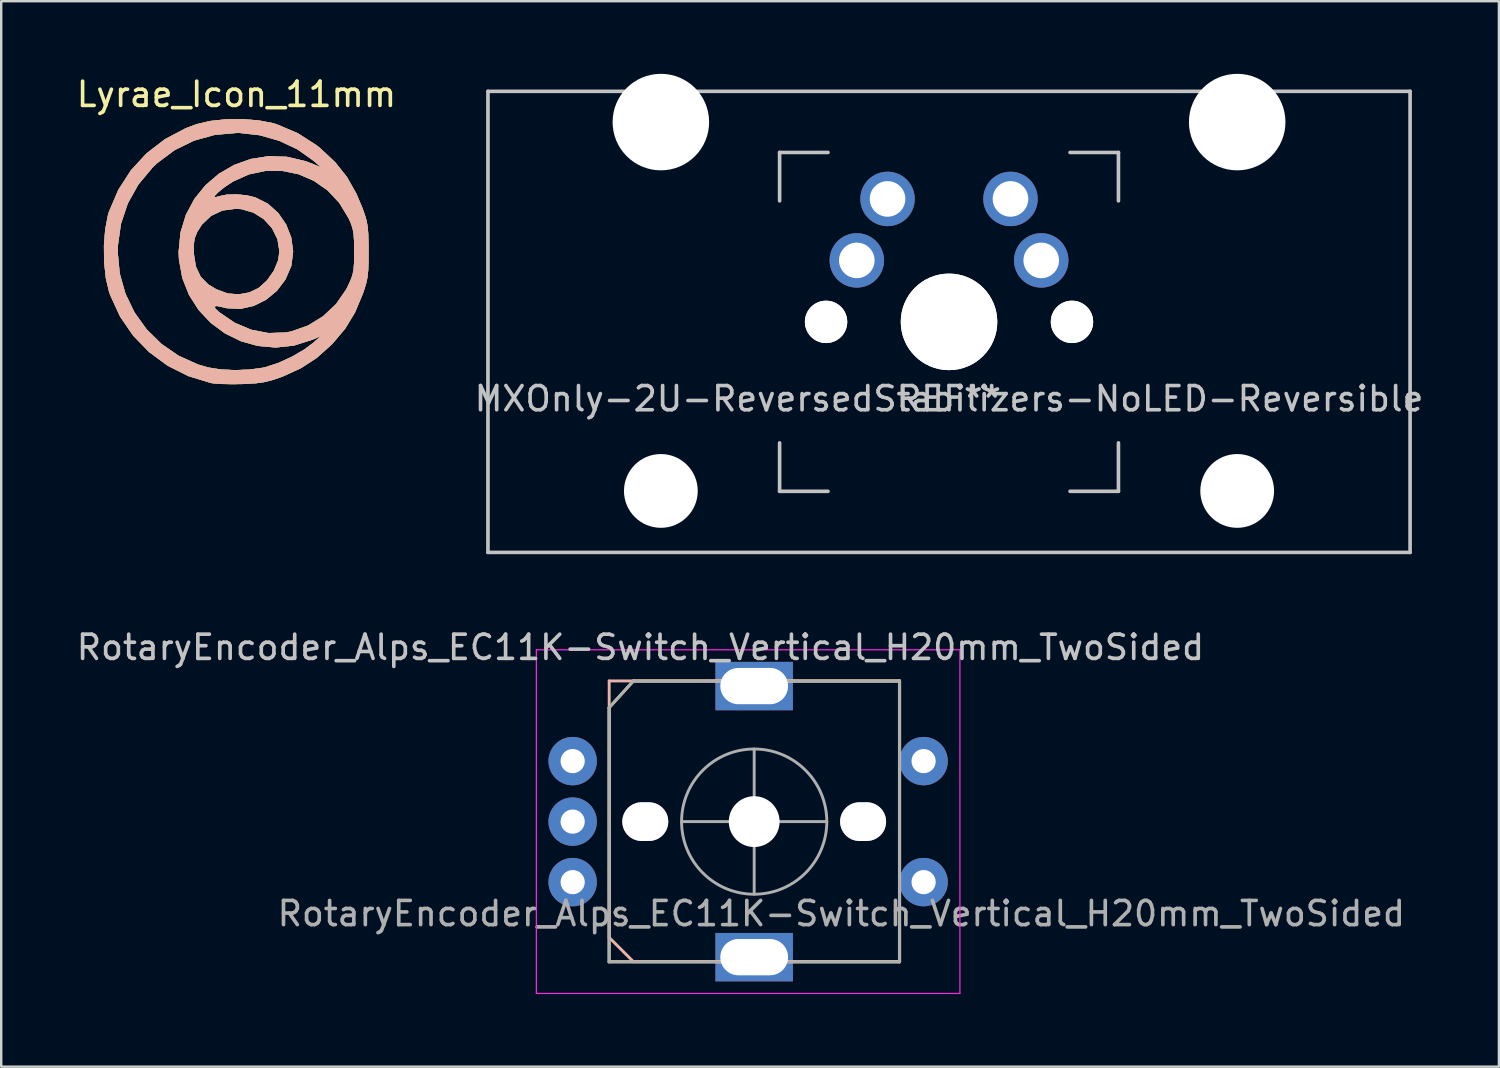
<source format=kicad_pcb>
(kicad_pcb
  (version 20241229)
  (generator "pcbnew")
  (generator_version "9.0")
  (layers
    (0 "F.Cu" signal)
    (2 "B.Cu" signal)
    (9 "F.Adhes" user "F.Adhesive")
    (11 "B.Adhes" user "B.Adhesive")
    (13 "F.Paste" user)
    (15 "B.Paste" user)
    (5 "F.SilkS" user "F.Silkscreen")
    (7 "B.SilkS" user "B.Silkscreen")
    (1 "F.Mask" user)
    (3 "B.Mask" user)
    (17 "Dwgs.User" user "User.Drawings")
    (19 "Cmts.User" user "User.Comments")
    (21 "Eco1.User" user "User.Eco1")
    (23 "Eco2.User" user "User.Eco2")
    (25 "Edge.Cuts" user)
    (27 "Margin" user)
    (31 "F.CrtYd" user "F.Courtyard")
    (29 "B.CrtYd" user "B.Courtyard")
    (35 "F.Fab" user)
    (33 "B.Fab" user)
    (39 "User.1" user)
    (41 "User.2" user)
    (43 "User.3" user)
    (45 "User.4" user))
  (footprint "Lyrae_Icon_11mm"
    (layer "F.Cu")
    (at 6.72 7.348)
    (property "Reference" "Lyrae_Icon_11mm" (at 0 -6.5 0) (layer "F.SilkS") (effects (font (size 1 1) (thickness 0.15))))
    (attr through_hole)
    (fp_poly (pts (xy 0.916 -5.421) (xy 1.504 -5.308) (xy 1.651 -5.263) (xy 2.531 -4.891) (xy 3.308 -4.392) (xy 3.475 -4.258) (xy 4.082 -3.687) (xy 4.563 -3.081) (xy 4.953 -2.392) (xy 5.193 -1.823) (xy 5.301 -1.525) (xy 5.374 -1.274) (xy 5.419 -1.024) (xy 5.443 -0.726) (xy 5.453 -0.333) (xy 5.455 -0.042) (xy 5.453 0.433) (xy 5.439 0.788) (xy 5.408 1.07) (xy 5.352 1.326) (xy 5.265 1.606) (xy 5.221 1.735) (xy 4.895 2.511) (xy 4.491 3.177) (xy 3.976 3.789) (xy 3.922 3.844) (xy 3.312 4.389) (xy 2.66 4.813) (xy 1.909 5.155) (xy 1.829 5.185) (xy 1.467 5.308) (xy 1.143 5.388) (xy 0.794 5.436) (xy 0.357 5.462) (xy 0.212 5.467) (xy -0.208 5.472) (xy -0.601 5.464) (xy -0.915 5.443) (xy -1.058 5.423) (xy -1.99 5.137) (xy -2.845 4.707) (xy -3.609 4.145) (xy -4.268 3.464) (xy -4.808 2.676) (xy -5.214 1.793) (xy -5.263 1.651) (xy -5.394 1.097) (xy -5.464 0.446) (xy -5.47 0.025) (xy -4.909 0.025) (xy -4.826 0.903) (xy -4.59 1.739) (xy -4.215 2.514) (xy -3.715 3.212) (xy -3.103 3.814) (xy -2.393 4.303) (xy -1.599 4.661) (xy -1.167 4.788) (xy -0.654 4.869) (xy -0.055 4.898) (xy 0.555 4.873) (xy 1.103 4.797) (xy 1.177 4.78) (xy 1.718 4.606) (xy 2.29 4.345) (xy 2.823 4.033) (xy 3.175 3.767) (xy 3.514 3.473) (xy 3.129 3.638) (xy 2.375 3.876) (xy 1.62 3.957) (xy 0.882 3.892) (xy 0.177 3.693) (xy -0.476 3.372) (xy -1.062 2.939) (xy -1.561 2.407) (xy -1.654 2.262) (xy -0.913 2.262) (xy -0.87 2.358) (xy -0.716 2.503) (xy -0.076 2.94) (xy 0.61 3.23) (xy 1.319 3.366) (xy 2.031 3.344) (xy 2.268 3.299) (xy 2.956 3.056) (xy 3.582 2.671) (xy 4.117 2.167) (xy 4.533 1.568) (xy 4.592 1.452) (xy 4.717 1.184) (xy 4.797 0.962) (xy 4.842 0.733) (xy 4.863 0.446) (xy 4.868 0.048) (xy 4.868 0) (xy 4.863 -0.423) (xy 4.843 -0.728) (xy 4.799 -0.966) (xy 4.723 -1.189) (xy 4.64 -1.376) (xy 4.255 -2.014) (xy 3.765 -2.536) (xy 3.193 -2.934) (xy 2.56 -3.205) (xy 1.888 -3.342) (xy 1.198 -3.341) (xy 0.513 -3.196) (xy -0.146 -2.9) (xy -0.511 -2.657) (xy -0.774 -2.442) (xy -0.906 -2.302) (xy -0.903 -2.244) (xy -0.761 -2.271) (xy -0.714 -2.288) (xy -0.397 -2.354) (xy 0.009 -2.365) (xy 0.434 -2.323) (xy 0.779 -2.239) (xy 1.294 -1.979) (xy 1.724 -1.595) (xy 2.051 -1.118) (xy 2.261 -0.578) (xy 2.338 -0.006) (xy 2.266 0.568) (xy 2.255 0.607) (xy 2.018 1.154) (xy 1.664 1.619) (xy 1.219 1.985) (xy 0.71 2.238) (xy 0.165 2.359) (xy -0.391 2.334) (xy -0.546 2.298) (xy -0.805 2.242) (xy -0.913 2.262) (xy -1.654 2.262) (xy -1.958 1.786) (xy -2.234 1.089) (xy -2.373 0.325) (xy -2.386 0) (xy -2.357 -0.294) (xy -1.768 -0.294) (xy -1.764 0.072) (xy -1.764 0.087) (xy -1.679 0.618) (xy -1.484 1.034) (xy -1.161 1.36) (xy -0.836 1.556) (xy -0.358 1.733) (xy 0.107 1.766) (xy 0.538 1.687) (xy 0.92 1.501) (xy 1.266 1.189) (xy 1.545 0.794) (xy 1.726 0.358) (xy 1.778 -0.01) (xy 1.697 -0.515) (xy 1.475 -0.967) (xy 1.136 -1.342) (xy 0.707 -1.614) (xy 0.212 -1.759) (xy -0.024 -1.776) (xy -0.577 -1.704) (xy -1.048 -1.484) (xy -1.429 -1.123) (xy -1.626 -0.812) (xy -1.726 -0.565) (xy -1.768 -0.294) (xy -2.357 -0.294) (xy -2.309 -0.791) (xy -2.086 -1.519) (xy -1.737 -2.174) (xy -1.277 -2.743) (xy -0.724 -3.215) (xy -0.094 -3.58) (xy 0.595 -3.826) (xy 1.326 -3.942) (xy 2.083 -3.916) (xy 2.848 -3.737) (xy 3.103 -3.641) (xy 3.514 -3.471) (xy 3.175 -3.767) (xy 2.525 -4.228) (xy 1.774 -4.582) (xy 0.962 -4.814) (xy 0.129 -4.908) (xy 0.025 -4.909) (xy -0.889 -4.83) (xy -1.753 -4.592) (xy -2.553 -4.201) (xy -3.277 -3.662) (xy -3.474 -3.474) (xy -4.056 -2.776) (xy -4.492 -1.997) (xy -4.776 -1.151) (xy -4.903 -0.25) (xy -4.909 0.025) (xy -5.47 0.025) (xy -5.473 -0.245) (xy -5.421 -0.915) (xy -5.308 -1.504) (xy -5.264 -1.651) (xy -4.878 -2.553) (xy -4.357 -3.36) (xy -3.711 -4.061) (xy -2.953 -4.644) (xy -2.095 -5.097) (xy -1.651 -5.264) (xy -1.097 -5.395) (xy -0.444 -5.465) (xy 0.246 -5.473) (xy 0.916 -5.421)) (stroke (width 0.01) (type solid)) (fill yes) (layer "F.SilkS"))
    (fp_poly (pts (xy 0.916 -5.421) (xy 1.504 -5.308) (xy 1.651 -5.263) (xy 2.531 -4.891) (xy 3.308 -4.392) (xy 3.475 -4.258) (xy 4.082 -3.687) (xy 4.563 -3.081) (xy 4.953 -2.392) (xy 5.193 -1.823) (xy 5.301 -1.525) (xy 5.374 -1.274) (xy 5.419 -1.024) (xy 5.443 -0.726) (xy 5.453 -0.333) (xy 5.455 -0.042) (xy 5.453 0.433) (xy 5.439 0.788) (xy 5.408 1.07) (xy 5.352 1.326) (xy 5.265 1.606) (xy 5.221 1.735) (xy 4.895 2.511) (xy 4.491 3.177) (xy 3.976 3.789) (xy 3.922 3.844) (xy 3.312 4.389) (xy 2.66 4.813) (xy 1.909 5.155) (xy 1.829 5.185) (xy 1.467 5.308) (xy 1.143 5.388) (xy 0.794 5.436) (xy 0.357 5.462) (xy 0.212 5.467) (xy -0.208 5.472) (xy -0.601 5.464) (xy -0.915 5.443) (xy -1.058 5.423) (xy -1.99 5.137) (xy -2.845 4.707) (xy -3.609 4.145) (xy -4.268 3.464) (xy -4.808 2.676) (xy -5.214 1.793) (xy -5.263 1.651) (xy -5.394 1.097) (xy -5.464 0.446) (xy -5.47 0.025) (xy -4.909 0.025) (xy -4.826 0.903) (xy -4.59 1.739) (xy -4.215 2.514) (xy -3.715 3.212) (xy -3.103 3.814) (xy -2.393 4.303) (xy -1.599 4.661) (xy -1.167 4.788) (xy -0.654 4.869) (xy -0.055 4.898) (xy 0.555 4.873) (xy 1.103 4.797) (xy 1.177 4.78) (xy 1.718 4.606) (xy 2.29 4.345) (xy 2.823 4.033) (xy 3.175 3.767) (xy 3.514 3.473) (xy 3.129 3.638) (xy 2.375 3.876) (xy 1.62 3.957) (xy 0.882 3.892) (xy 0.177 3.693) (xy -0.476 3.372) (xy -1.062 2.939) (xy -1.561 2.407) (xy -1.654 2.262) (xy -0.913 2.262) (xy -0.87 2.358) (xy -0.716 2.503) (xy -0.076 2.94) (xy 0.61 3.23) (xy 1.319 3.366) (xy 2.031 3.344) (xy 2.268 3.299) (xy 2.956 3.056) (xy 3.582 2.671) (xy 4.117 2.167) (xy 4.533 1.568) (xy 4.592 1.452) (xy 4.717 1.184) (xy 4.797 0.962) (xy 4.842 0.733) (xy 4.863 0.446) (xy 4.868 0.048) (xy 4.868 0) (xy 4.863 -0.423) (xy 4.843 -0.728) (xy 4.799 -0.966) (xy 4.723 -1.189) (xy 4.64 -1.376) (xy 4.255 -2.014) (xy 3.765 -2.536) (xy 3.193 -2.934) (xy 2.56 -3.205) (xy 1.888 -3.342) (xy 1.198 -3.341) (xy 0.513 -3.196) (xy -0.146 -2.9) (xy -0.511 -2.657) (xy -0.774 -2.442) (xy -0.906 -2.302) (xy -0.903 -2.244) (xy -0.761 -2.271) (xy -0.714 -2.288) (xy -0.397 -2.354) (xy 0.009 -2.365) (xy 0.434 -2.323) (xy 0.779 -2.239) (xy 1.294 -1.979) (xy 1.724 -1.595) (xy 2.051 -1.118) (xy 2.261 -0.578) (xy 2.338 -0.006) (xy 2.266 0.568) (xy 2.255 0.607) (xy 2.018 1.154) (xy 1.664 1.619) (xy 1.219 1.985) (xy 0.71 2.238) (xy 0.165 2.359) (xy -0.391 2.334) (xy -0.546 2.298) (xy -0.805 2.242) (xy -0.913 2.262) (xy -1.654 2.262) (xy -1.958 1.786) (xy -2.234 1.089) (xy -2.373 0.325) (xy -2.386 0) (xy -2.357 -0.294) (xy -1.768 -0.294) (xy -1.764 0.072) (xy -1.764 0.087) (xy -1.679 0.618) (xy -1.484 1.034) (xy -1.161 1.36) (xy -0.836 1.556) (xy -0.358 1.733) (xy 0.107 1.766) (xy 0.538 1.687) (xy 0.92 1.501) (xy 1.266 1.189) (xy 1.545 0.794) (xy 1.726 0.358) (xy 1.778 -0.01) (xy 1.697 -0.515) (xy 1.475 -0.967) (xy 1.136 -1.342) (xy 0.707 -1.614) (xy 0.212 -1.759) (xy -0.024 -1.776) (xy -0.577 -1.704) (xy -1.048 -1.484) (xy -1.429 -1.123) (xy -1.626 -0.812) (xy -1.726 -0.565) (xy -1.768 -0.294) (xy -2.357 -0.294) (xy -2.309 -0.791) (xy -2.086 -1.519) (xy -1.737 -2.174) (xy -1.277 -2.743) (xy -0.724 -3.215) (xy -0.094 -3.58) (xy 0.595 -3.826) (xy 1.326 -3.942) (xy 2.083 -3.916) (xy 2.848 -3.737) (xy 3.103 -3.641) (xy 3.514 -3.471) (xy 3.175 -3.767) (xy 2.525 -4.228) (xy 1.774 -4.582) (xy 0.962 -4.814) (xy 0.129 -4.908) (xy 0.025 -4.909) (xy -0.889 -4.83) (xy -1.753 -4.592) (xy -2.553 -4.201) (xy -3.277 -3.662) (xy -3.474 -3.474) (xy -4.056 -2.776) (xy -4.492 -1.997) (xy -4.776 -1.151) (xy -4.903 -0.25) (xy -4.909 0.025) (xy -5.47 0.025) (xy -5.473 -0.245) (xy -5.421 -0.915) (xy -5.308 -1.504) (xy -5.264 -1.651) (xy -4.878 -2.553) (xy -4.357 -3.36) (xy -3.711 -4.061) (xy -2.953 -4.644) (xy -2.095 -5.097) (xy -1.651 -5.264) (xy -1.097 -5.395) (xy -0.444 -5.465) (xy 0.246 -5.473) (xy 0.916 -5.421)) (stroke (width 0.01) (type solid)) (fill yes) (layer "B.SilkS")))
  (footprint "RotaryEncoder_Alps_EC11K-Switch_Vertical_H20mm_TwoSided"
    (layer "F.Cu")
    (at 28.111 30.897)
    (property "Reference" "RotaryEncoder_Alps_EC11K-Switch_Vertical_H20mm_TwoSided" (at -4.7 -7.2 0) (layer "Dwgs.User") (effects (font (size 1 1) (thickness 0.15))))
    (attr through_hole)
    (fp_line (start -5.991 -4.712) (end -4.991 -5.812) (stroke (width 0.12) (type solid)) (layer "F.SilkS"))
    (fp_line (start -5.991 5.788) (end -5.991 -4.712) (stroke (width 0.12) (type solid)) (layer "F.SilkS"))
    (fp_line (start -4.991 -5.812) (end 6.009 -5.812) (stroke (width 0.12) (type solid)) (layer "F.SilkS"))
    (fp_line (start 6.009 -5.812) (end 6.009 5.788) (stroke (width 0.12) (type solid)) (layer "F.SilkS"))
    (fp_line (start 6.009 5.788) (end -5.991 5.788) (stroke (width 0.12) (type solid)) (layer "F.SilkS"))
    (fp_line (start -5.991 -5.812) (end 6.009 -5.812) (stroke (width 0.12) (type solid)) (layer "B.SilkS"))
    (fp_line (start -5.991 4.788) (end -5.991 -5.812) (stroke (width 0.12) (type solid)) (layer "B.SilkS"))
    (fp_line (start -5.991 4.788) (end -4.991 5.788) (stroke (width 0.12) (type solid)) (layer "B.SilkS"))
    (fp_line (start 6.009 -5.812) (end 6.009 5.788) (stroke (width 0.12) (type solid)) (layer "B.SilkS"))
    (fp_line (start 6.009 5.788) (end -4.991 5.788) (stroke (width 0.12) (type solid)) (layer "B.SilkS"))
    (fp_line (start -9 -7.1) (end -9 7.1) (stroke (width 0.05) (type solid)) (layer "F.CrtYd"))
    (fp_line (start -9 -7.1) (end 8.5 -7.1) (stroke (width 0.05) (type solid)) (layer "F.CrtYd"))
    (fp_line (start 8.5 7.1) (end -9 7.1) (stroke (width 0.05) (type solid)) (layer "F.CrtYd"))
    (fp_line (start 8.5 7.1) (end 8.5 -7.1) (stroke (width 0.05) (type solid)) (layer "F.CrtYd"))
    (fp_line (start -6 -4.7) (end -5 -5.8) (stroke (width 0.12) (type solid)) (layer "F.Fab"))
    (fp_line (start -6 5.8) (end -6 -4.7) (stroke (width 0.12) (type solid)) (layer "F.Fab"))
    (fp_line (start -5 -5.8) (end 6 -5.8) (stroke (width 0.12) (type solid)) (layer "F.Fab"))
    (fp_line (start -3 0) (end 3 0) (stroke (width 0.12) (type solid)) (layer "F.Fab"))
    (fp_line (start 0 -3) (end 0 3) (stroke (width 0.12) (type solid)) (layer "F.Fab"))
    (fp_line (start 6 -5.8) (end 6 5.8) (stroke (width 0.12) (type solid)) (layer "F.Fab"))
    (fp_line (start 6 5.8) (end -6 5.8) (stroke (width 0.12) (type solid)) (layer "F.Fab"))
    (fp_circle (center 0 0) (end 3 0) (stroke (width 0.12) (type solid)) (fill no) (layer "F.Fab"))
    (fp_text user "${REFERENCE}" (at 3.6 3.8 0) (layer "F.Fab") (effects (font (size 1 1) (thickness 0.15))))
    (pad "" np_thru_hole roundrect (at -4.5 0) (size 1.9 1.6) (drill oval 1.9 1.6) (layers "*.Cu" "*.Mask") (roundrect_rratio 0.5))
    (pad "" np_thru_hole circle (at 0 0) (size 2.1 2.1) (drill 2.1) (layers "*.Cu" "*.Mask"))
    (pad "" np_thru_hole roundrect (at 4.5 0) (size 1.9 1.6) (drill oval 1.9 1.6) (layers "*.Cu" "*.Mask") (roundrect_rratio 0.5))
    (pad "A" thru_hole circle (at -7.5 -2.5) (size 2 2) (drill 1) (layers "*.Cu" "*.Mask"))
    (pad "B" thru_hole circle (at -7.5 2.5) (size 2 2) (drill 1) (layers "*.Cu" "*.Mask"))
    (pad "C" thru_hole circle (at -7.5 0) (size 2 2) (drill 1) (layers "*.Cu" "*.Mask"))
    (pad "MP" thru_hole rect (at 0 -5.6) (size 3.2 2) (drill oval 2.8 1.5) (layers "*.Cu" "*.Mask"))
    (pad "MP" thru_hole rect (at 0 5.6) (size 3.2 2) (drill oval 2.8 1.5) (layers "*.Cu" "*.Mask"))
    (pad "S1" thru_hole circle (at 7 2.5) (size 2 2) (drill 1) (layers "*.Cu" "*.Mask"))
    (pad "S2" thru_hole circle (at 7 -2.5) (size 2 2) (drill 1) (layers "*.Cu" "*.Mask")))
  (footprint "MXOnly-2U-ReversedStabilizers-NoLED-Reversible"
    (layer "F.Cu")
    (at 36.161 10.249)
    (property "Reference" "MXOnly-2U-ReversedStabilizers-NoLED-Reversible" (at 0 3.175 0) (layer "Dwgs.User") (effects (font (size 1 1) (thickness 0.15))))
    (attr through_hole)
    (fp_line (start -19.05 -9.525) (end 19.05 -9.525) (stroke (width 0.15) (type solid)) (layer "Dwgs.User"))
    (fp_line (start -19.05 9.525) (end -19.05 -9.525) (stroke (width 0.15) (type solid)) (layer "Dwgs.User"))
    (fp_line (start -19.05 9.525) (end 19.05 9.525) (stroke (width 0.15) (type solid)) (layer "Dwgs.User"))
    (fp_line (start -7 -7) (end -7 -5) (stroke (width 0.15) (type solid)) (layer "Dwgs.User"))
    (fp_line (start -7 5) (end -7 7) (stroke (width 0.15) (type solid)) (layer "Dwgs.User"))
    (fp_line (start -7 7) (end -5 7) (stroke (width 0.15) (type solid)) (layer "Dwgs.User"))
    (fp_line (start -5 -7) (end -7 -7) (stroke (width 0.15) (type solid)) (layer "Dwgs.User"))
    (fp_line (start 5 -7) (end 7 -7) (stroke (width 0.15) (type solid)) (layer "Dwgs.User"))
    (fp_line (start 5 7) (end 7 7) (stroke (width 0.15) (type solid)) (layer "Dwgs.User"))
    (fp_line (start 7 -7) (end 7 -5) (stroke (width 0.15) (type solid)) (layer "Dwgs.User"))
    (fp_line (start 7 7) (end 7 5) (stroke (width 0.15) (type solid)) (layer "Dwgs.User"))
    (fp_line (start 19.05 -9.525) (end 19.05 9.525) (stroke (width 0.15) (type solid)) (layer "Dwgs.User"))
    (fp_text user "REF**" (at 0 3.175 180) (layer "Dwgs.User") (effects (font (size 1 1) (thickness 0.15))))
    (pad "" np_thru_hole circle (at -11.906 -8.255) (size 3.988 3.988) (drill 3.988) (layers "*.Cu" "*.Mask"))
    (pad "" np_thru_hole circle (at -11.906 6.985) (size 3.048 3.048) (drill 3.048) (layers "*.Cu" "*.Mask"))
    (pad "" np_thru_hole circle (at -5.08 0 48.1) (size 1.75 1.75) (drill 1.75) (layers "*.Cu" "*.Mask"))
    (pad "" np_thru_hole circle (at -5.08 0 131.9) (size 1.75 1.75) (drill 1.75) (layers "*.Cu" "*.Mask"))
    (pad "" np_thru_hole circle (at 0 0 180) (size 3.988 3.988) (drill 3.988) (layers "*.Cu" "*.Mask"))
    (pad "" np_thru_hole circle (at 0 0) (size 3.988 3.988) (drill 3.988) (layers "*.Cu" "*.Mask"))
    (pad "" np_thru_hole circle (at 5.08 0 131.9) (size 1.75 1.75) (drill 1.75) (layers "*.Cu" "*.Mask"))
    (pad "" np_thru_hole circle (at 5.08 0 48.1) (size 1.75 1.75) (drill 1.75) (layers "*.Cu" "*.Mask"))
    (pad "" np_thru_hole circle (at 11.906 -8.255) (size 3.988 3.988) (drill 3.988) (layers "*.Cu" "*.Mask"))
    (pad "" np_thru_hole circle (at 11.906 6.985) (size 3.048 3.048) (drill 3.048) (layers "*.Cu" "*.Mask"))
    (pad "1" thru_hole circle (at -3.81 -2.54) (size 2.25 2.25) (drill 1.47) (layers "*.Cu" "*.Mask"))
    (pad "1" thru_hole circle (at 3.81 -2.54 180) (size 2.25 2.25) (drill 1.47) (layers "*.Cu" "*.Mask"))
    (pad "2" thru_hole circle (at -2.54 -5.08 180) (size 2.25 2.25) (drill 1.47) (layers "*.Cu" "*.Mask"))
    (pad "2" thru_hole circle (at 2.54 -5.08) (size 2.25 2.25) (drill 1.47) (layers "*.Cu" "*.Mask")))
  (gr_rect
    (start -3 -3)
    (end 58.881 41.022)
    (stroke (width 0.1) (type default))
    (fill no)
    (layer "Edge.Cuts")))
</source>
